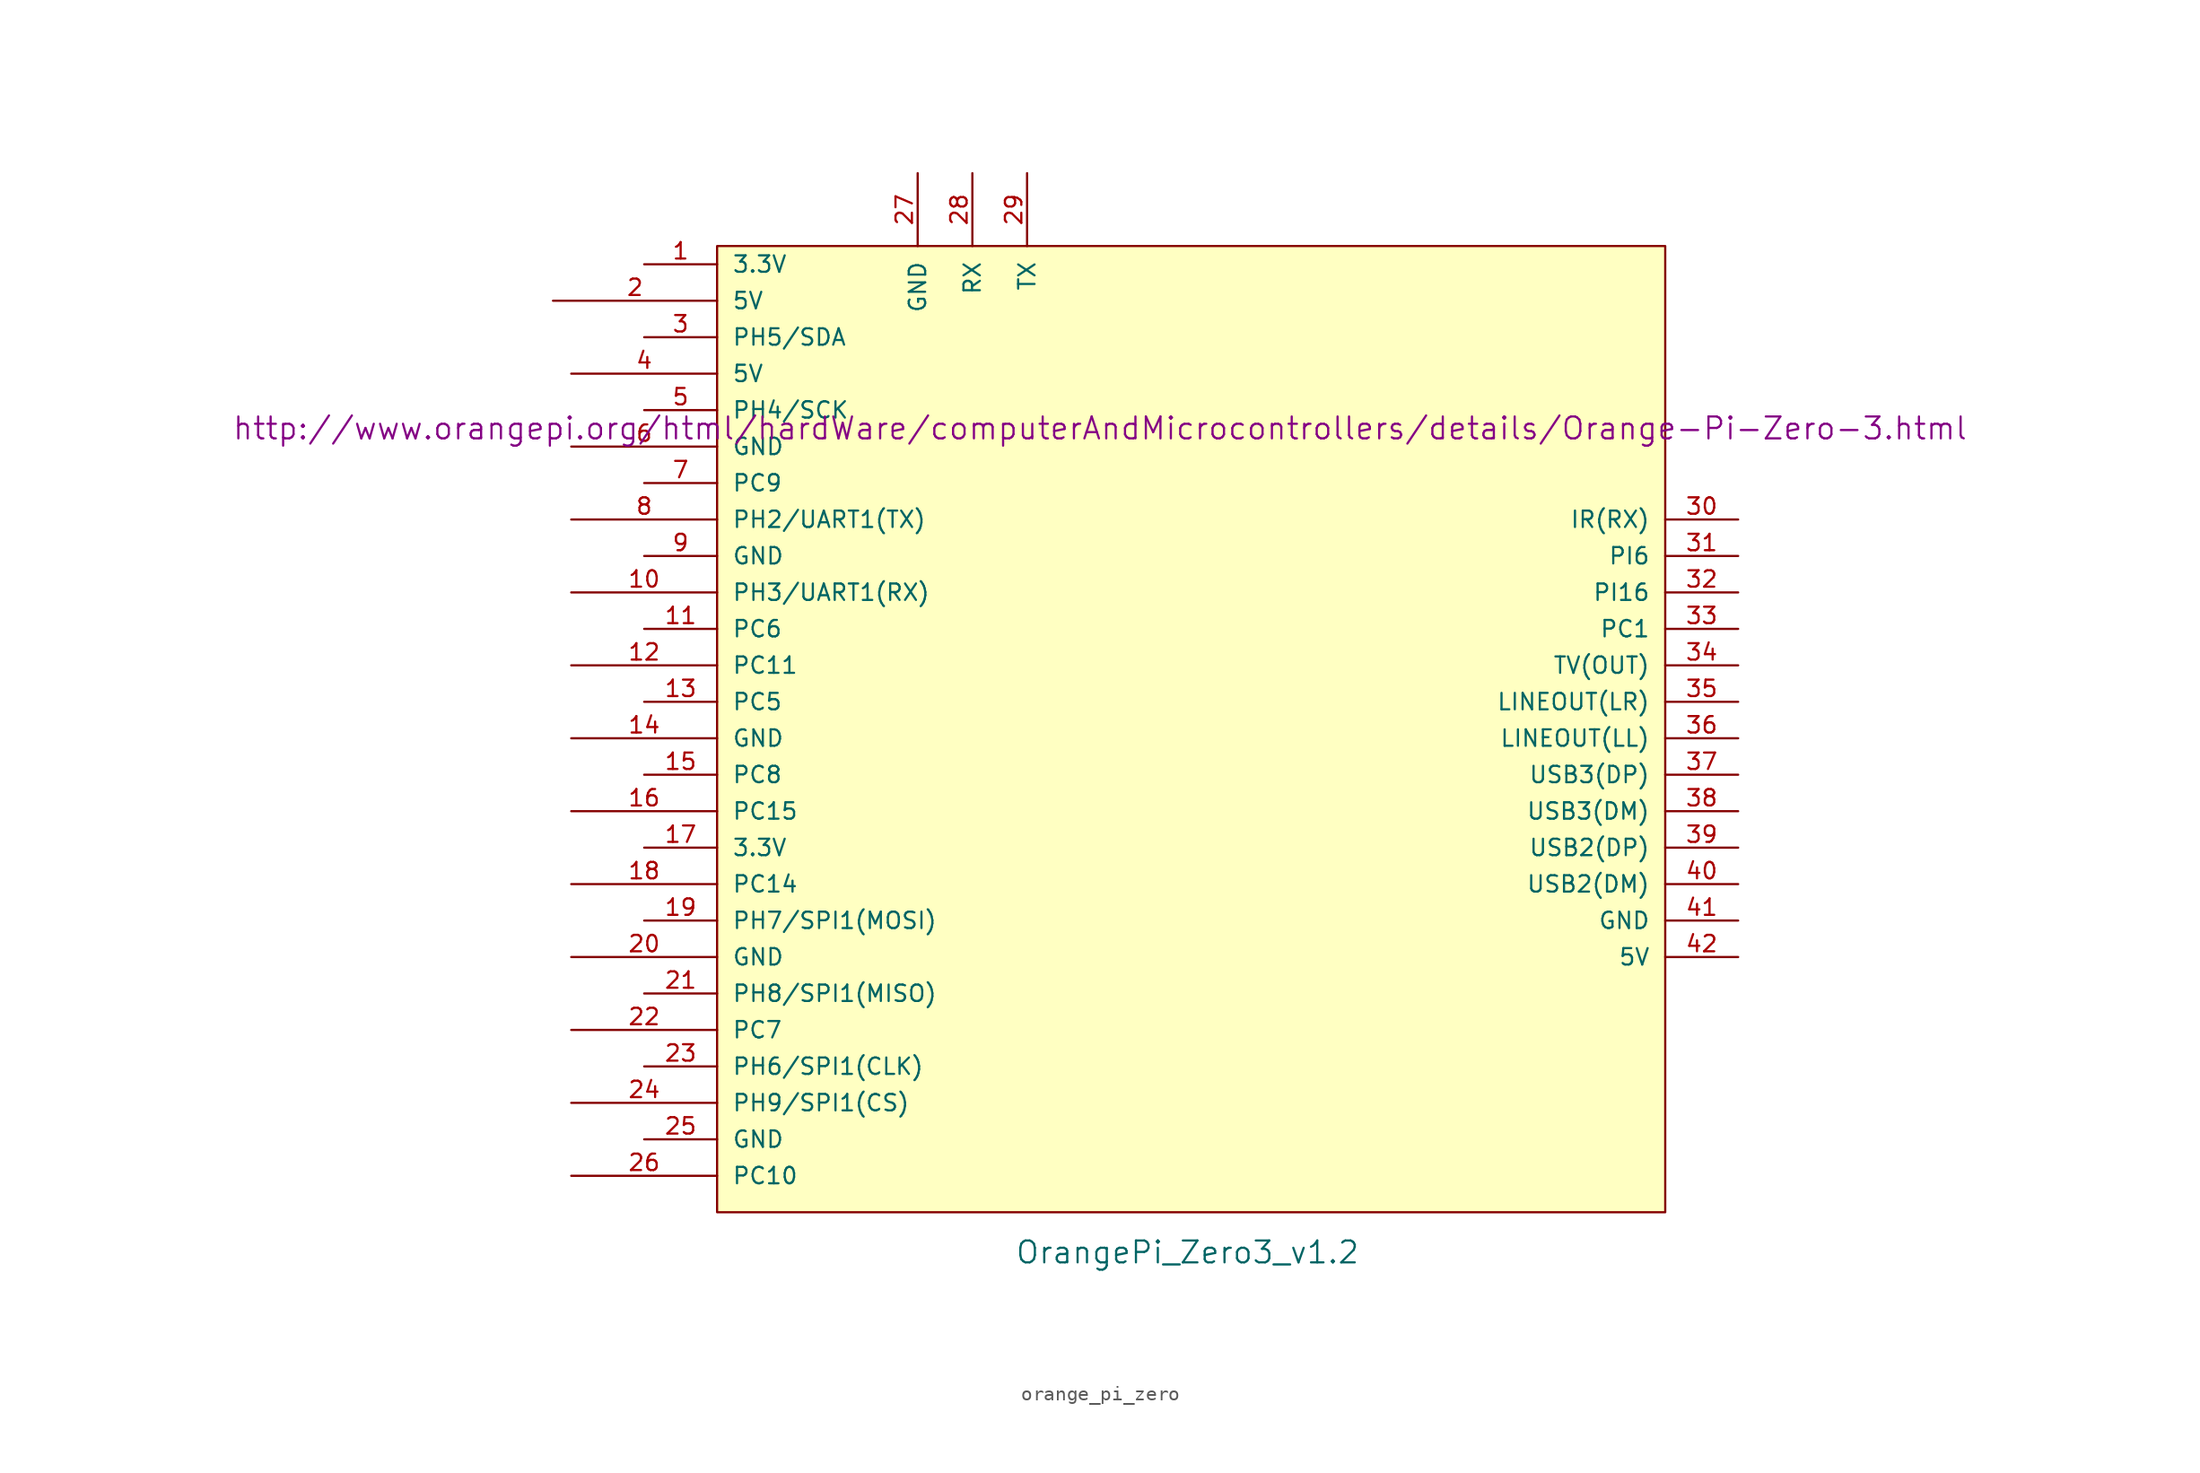
<source format=kicad_sym>
(kicad_symbol_lib
  (version 20241209)
  (generator "kicad_symbol_editor")
  (generator_version "9.0")
  (symbol "orange_pi_zero"
    (pin_names
      (offset 1.016))
    (property "Reference" "U"
      (at 0 -40.132 0)
      (effects (font (size 1.524 1.524)) (hide yes)))
    (property "Value" "OrangePi_Zero3_v1.2"
      (at -0.254 -37.084 0)
      (effects (font (face "KiCad Font") (size 1.524 1.524))))
    (property "Footprint" ""
      (at -6.35 20.32 0)
      (effects (font (size 1.524 1.524))))
    (property "Datasheet" "http://www.orangepi.org/html/hardWare/computerAndMicrocontrollers/details/Orange-Pi-Zero-3.html"
      (at -6.35 20.32 0)
      (effects (font (size 1.524 1.524))))
    (symbol "orange_pi_zero_0_1"
      (rectangle (start -33.02 33.02) (end 33.02 -34.29) (stroke (width 0) (type solid)) (fill (type color) (color 255 255 194 1))))
    (symbol "orange_pi_zero_1_1"
      (pin power_out line (at -44.45 29.21 0) (length 11.43) (name "5V" (effects (font (size 1.143 1.143)))) (number "2" (effects (font (size 1.143 1.143)))) (alternate "5V" power_in line))
      (pin power_out line (at -43.18 24.13 0) (length 10.16) (name "5V" (effects (font (size 1.143 1.143)))) (number "4" (effects (font (size 1.143 1.143)))))
      (pin passive line (at -43.18 19.05 0) (length 10.16) (name "GND" (effects (font (size 1.143 1.143)))) (number "6" (effects (font (size 1.143 1.143)))))
      (pin output line (at -43.18 13.97 0) (length 10.16) (name "PH2/UART1(TX)" (effects (font (size 1.143 1.143)))) (number "8" (effects (font (size 1.143 1.143)))))
      (pin input line (at -43.18 8.89 0) (length 10.16) (name "PH3/UART1(RX)" (effects (font (size 1.143 1.143)))) (number "10" (effects (font (size 1.143 1.143)))))
      (pin bidirectional line (at -43.18 3.81 0) (length 10.16) (name "PC11" (effects (font (size 1.143 1.143)))) (number "12" (effects (font (size 1.143 1.143)))))
      (pin passive line (at -43.18 -1.27 0) (length 10.16) (name "GND" (effects (font (size 1.143 1.143)))) (number "14" (effects (font (size 1.143 1.143)))))
      (pin bidirectional line (at -43.18 -6.35 0) (length 10.16) (name "PC15" (effects (font (size 1.143 1.143)))) (number "16" (effects (font (size 1.143 1.143)))))
      (pin bidirectional line (at -43.18 -11.43 0) (length 10.16) (name "PC14" (effects (font (size 1.143 1.143)))) (number "18" (effects (font (size 1.143 1.143)))))
      (pin passive line (at -43.18 -16.51 0) (length 10.16) (name "GND" (effects (font (size 1.143 1.143)))) (number "20" (effects (font (size 1.143 1.143)))))
      (pin bidirectional line (at -43.18 -21.59 0) (length 10.16) (name "PC7" (effects (font (size 1.143 1.143)))) (number "22" (effects (font (size 1.143 1.143)))))
      (pin bidirectional line (at -43.18 -26.67 0) (length 10.16) (name "PH9/SPI1(CS)" (effects (font (size 1.143 1.143)))) (number "24" (effects (font (size 1.143 1.143)))))
      (pin bidirectional line (at -43.18 -31.75 0) (length 10.16) (name "PC10" (effects (font (size 1.143 1.143)))) (number "26" (effects (font (size 1.143 1.143)))))
      (pin power_out line (at -38.1 31.75 0) (length 5.08) (name "3.3V" (effects (font (size 1.143 1.143)))) (number "1" (effects (font (size 1.143 1.143)))))
      (pin bidirectional line (at -38.1 26.67 0) (length 5.08) (name "PH5/SDA" (effects (font (size 1.143 1.143)))) (number "3" (effects (font (size 1.143 1.143)))))
      (pin bidirectional line (at -38.1 21.59 0) (length 5.08) (name "PH4/SCK" (effects (font (size 1.143 1.143)))) (number "5" (effects (font (size 1.143 1.143)))))
      (pin bidirectional line (at -38.1 16.51 0) (length 5.08) (name "PC9" (effects (font (size 1.143 1.143)))) (number "7" (effects (font (size 1.143 1.143)))))
      (pin passive line (at -38.1 11.43 0) (length 5.08) (name "GND" (effects (font (size 1.143 1.143)))) (number "9" (effects (font (size 1.143 1.143)))))
      (pin bidirectional line (at -38.1 6.35 0) (length 5.08) (name "PC6" (effects (font (size 1.143 1.143)))) (number "11" (effects (font (size 1.143 1.143)))))
      (pin bidirectional line (at -38.1 1.27 0) (length 5.08) (name "PC5" (effects (font (size 1.143 1.143)))) (number "13" (effects (font (size 1.143 1.143)))))
      (pin bidirectional line (at -38.1 -3.81 0) (length 5.08) (name "PC8" (effects (font (size 1.143 1.143)))) (number "15" (effects (font (size 1.143 1.143)))))
      (pin power_out line (at -38.1 -8.89 0) (length 5.08) (name "3.3V" (effects (font (size 1.143 1.143)))) (number "17" (effects (font (size 1.143 1.143)))))
      (pin bidirectional line (at -38.1 -13.97 0) (length 5.08) (name "PH7/SPI1(MOSI)" (effects (font (size 1.143 1.143)))) (number "19" (effects (font (size 1.143 1.143)))))
      (pin bidirectional line (at -38.1 -19.05 0) (length 5.08) (name "PH8/SPI1(MISO)" (effects (font (size 1.143 1.143)))) (number "21" (effects (font (size 1.143 1.143)))))
      (pin bidirectional line (at -38.1 -24.13 0) (length 5.08) (name "PH6/SPI1(CLK)" (effects (font (size 1.143 1.143)))) (number "23" (effects (font (size 1.143 1.143)))))
      (pin passive line (at -38.1 -29.21 0) (length 5.08) (name "GND" (effects (font (size 1.143 1.143)))) (number "25" (effects (font (size 1.143 1.143)))))
      (pin passive line (at -19.05 38.1 270) (length 5.08) (name "GND" (effects (font (size 1.143 1.143)))) (number "27" (effects (font (size 1.143 1.143)))))
      (pin input line (at -15.24 38.1 270) (length 5.08) (name "RX" (effects (font (size 1.143 1.143)))) (number "28" (effects (font (size 1.143 1.143)))))
      (pin output line (at -11.43 38.1 270) (length 5.08) (name "TX" (effects (font (size 1.143 1.143)))) (number "29" (effects (font (size 1.143 1.143)))))
      (pin bidirectional line (at 38.1 13.97 180) (length 5.08) (name "IR(RX)" (effects (font (size 1.143 1.143)))) (number "30" (effects (font (size 1.143 1.143)))))
      (pin bidirectional line (at 38.1 11.43 180) (length 5.08) (name "PI6" (effects (font (size 1.143 1.143)))) (number "31" (effects (font (size 1.143 1.143)))))
      (pin bidirectional line (at 38.1 8.89 180) (length 5.08) (name "PI16" (effects (font (size 1.143 1.143)))) (number "32" (effects (font (size 1.143 1.143)))))
      (pin bidirectional line (at 38.1 6.35 180) (length 5.08) (name "PC1" (effects (font (size 1.143 1.143)))) (number "33" (effects (font (size 1.143 1.143)))))
      (pin output line (at 38.1 3.81 180) (length 5.08) (name "TV(OUT)" (effects (font (size 1.143 1.143)))) (number "34" (effects (font (size 1.143 1.143)))))
      (pin output line (at 38.1 1.27 180) (length 5.08) (name "LINEOUT(LR)" (effects (font (size 1.143 1.143)))) (number "35" (effects (font (size 1.143 1.143)))))
      (pin output line (at 38.1 -1.27 180) (length 5.08) (name "LINEOUT(LL)" (effects (font (size 1.143 1.143)))) (number "36" (effects (font (size 1.143 1.143)))))
      (pin bidirectional line (at 38.1 -3.81 180) (length 5.08) (name "USB3(DP)" (effects (font (size 1.143 1.143)))) (number "37" (effects (font (size 1.143 1.143)))))
      (pin bidirectional line (at 38.1 -6.35 180) (length 5.08) (name "USB3(DM)" (effects (font (size 1.143 1.143)))) (number "38" (effects (font (size 1.143 1.143)))))
      (pin bidirectional line (at 38.1 -8.89 180) (length 5.08) (name "USB2(DP)" (effects (font (size 1.143 1.143)))) (number "39" (effects (font (size 1.143 1.143)))))
      (pin bidirectional line (at 38.1 -11.43 180) (length 5.08) (name "USB2(DM)" (effects (font (size 1.143 1.143)))) (number "40" (effects (font (size 1.143 1.143)))))
      (pin passive line (at 38.1 -13.97 180) (length 5.08) (name "GND" (effects (font (size 1.143 1.143)))) (number "41" (effects (font (size 1.143 1.143)))))
      (pin power_out line (at 38.1 -16.51 180) (length 5.08) (name "5V" (effects (font (size 1.143 1.143)))) (number "42" (effects (font (size 1.143 1.143))))))))
</source>
